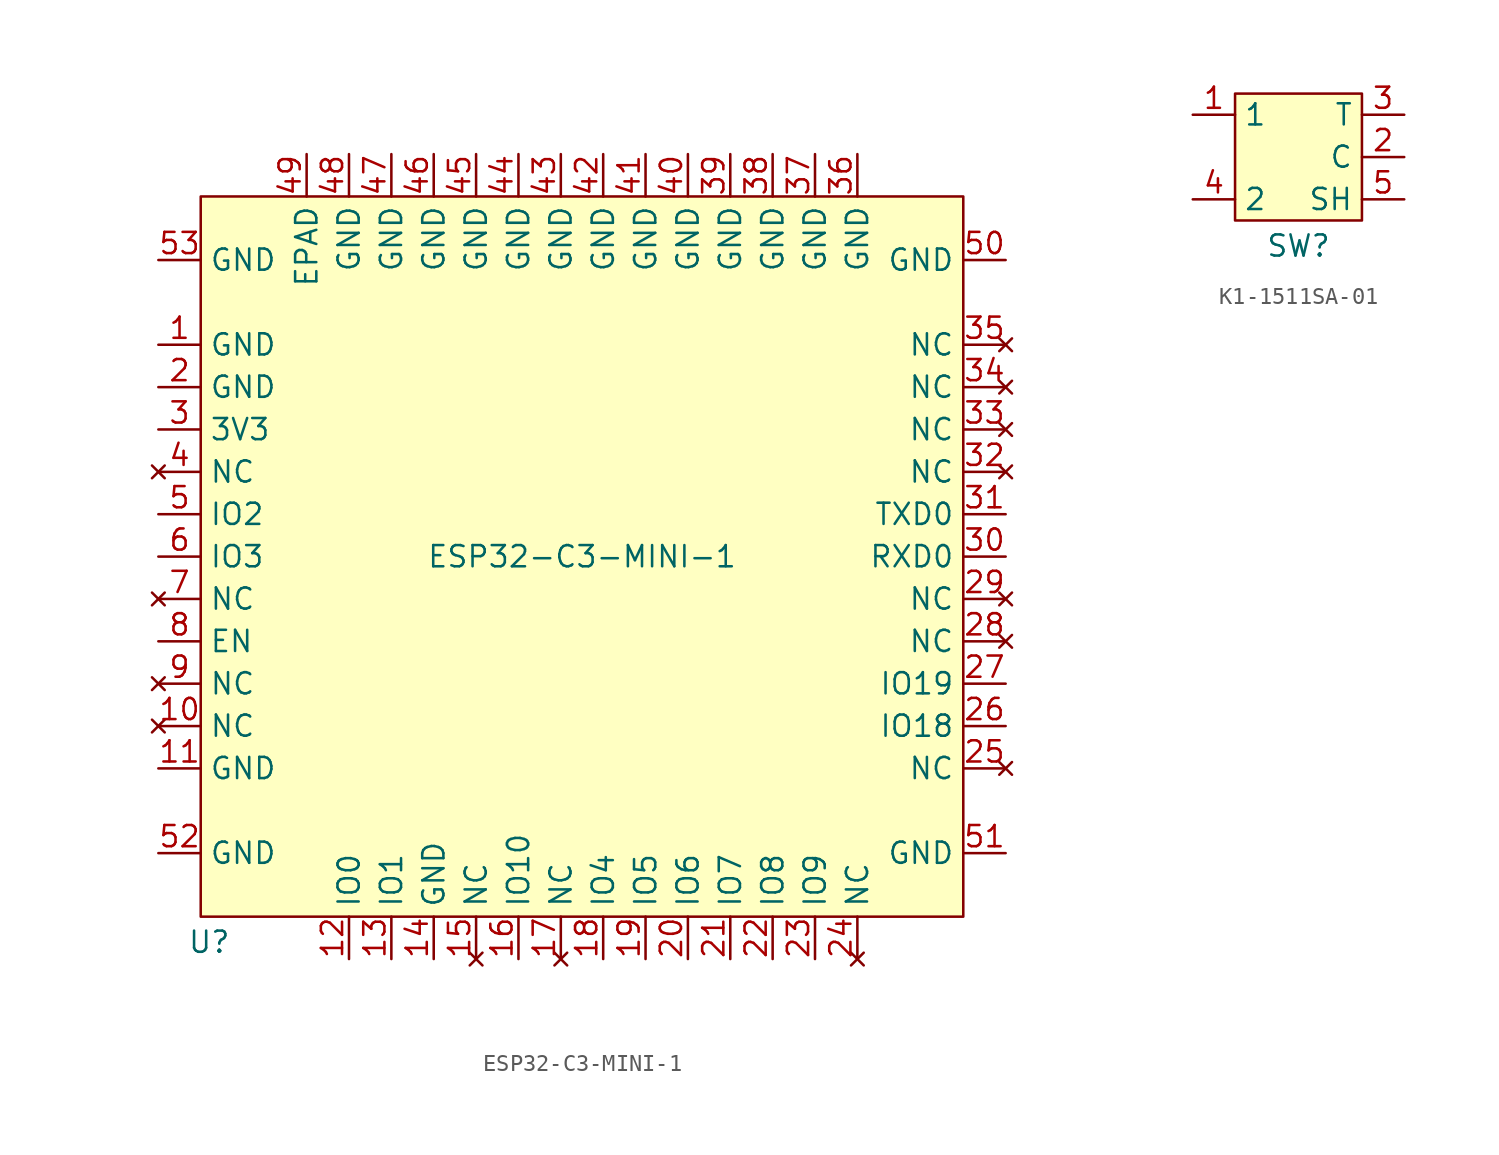
<source format=kicad_sym>
(kicad_symbol_lib
  (version 20241209)
  (generator "kicad_symbol_editor")
  (generator_version "9.0")
  (symbol "ESP32-C3-MINI-1"
    (property "Reference" "U"
      (at -22.352 -23.114 0)
      (effects (font (size 1.27 1.27))))
    (property "Value" "ESP32-C3-MINI-1"
      (at 0 0 0)
      (effects (font (size 1.27 1.27))))
    (symbol "ESP32-C3-MINI-1_1_1"
      (rectangle (start -22.86 21.59) (end 22.86 -21.59) (stroke (width 0) (type solid)) (fill (type background)))
      (pin input line (at -25.4 17.78 0) (length 2.54) (name "GND" (effects (font (size 1.27 1.27)))) (number "53" (effects (font (size 1.27 1.27)))))
      (pin input line (at -25.4 12.7 0) (length 2.54) (name "GND" (effects (font (size 1.27 1.27)))) (number "1" (effects (font (size 1.27 1.27)))))
      (pin input line (at -25.4 10.16 0) (length 2.54) (name "GND" (effects (font (size 1.27 1.27)))) (number "2" (effects (font (size 1.27 1.27)))))
      (pin input line (at -25.4 7.62 0) (length 2.54) (name "3V3" (effects (font (size 1.27 1.27)))) (number "3" (effects (font (size 1.27 1.27)))))
      (pin no_connect line (at -25.4 5.08 0) (length 2.54) (name "NC" (effects (font (size 1.27 1.27)))) (number "4" (effects (font (size 1.27 1.27)))))
      (pin input line (at -25.4 2.54 0) (length 2.54) (name "IO2" (effects (font (size 1.27 1.27)))) (number "5" (effects (font (size 1.27 1.27)))))
      (pin input line (at -25.4 0 0) (length 2.54) (name "IO3" (effects (font (size 1.27 1.27)))) (number "6" (effects (font (size 1.27 1.27)))))
      (pin no_connect line (at -25.4 -2.54 0) (length 2.54) (name "NC" (effects (font (size 1.27 1.27)))) (number "7" (effects (font (size 1.27 1.27)))))
      (pin input line (at -25.4 -5.08 0) (length 2.54) (name "EN" (effects (font (size 1.27 1.27)))) (number "8" (effects (font (size 1.27 1.27)))))
      (pin no_connect line (at -25.4 -7.62 0) (length 2.54) (name "NC" (effects (font (size 1.27 1.27)))) (number "9" (effects (font (size 1.27 1.27)))))
      (pin no_connect line (at -25.4 -10.16 0) (length 2.54) (name "NC" (effects (font (size 1.27 1.27)))) (number "10" (effects (font (size 1.27 1.27)))))
      (pin input line (at -25.4 -12.7 0) (length 2.54) (name "GND" (effects (font (size 1.27 1.27)))) (number "11" (effects (font (size 1.27 1.27)))))
      (pin input line (at -25.4 -17.78 0) (length 2.54) (name "GND" (effects (font (size 1.27 1.27)))) (number "52" (effects (font (size 1.27 1.27)))))
      (pin input line (at -16.51 24.13 270) (length 2.54) (name "EPAD" (effects (font (size 1.27 1.27)))) (number "49" (effects (font (size 1.27 1.27)))))
      (pin input line (at -13.97 24.13 270) (length 2.54) (name "GND" (effects (font (size 1.27 1.27)))) (number "48" (effects (font (size 1.27 1.27)))))
      (pin input line (at -13.97 -24.13 90) (length 2.54) (name "IO0" (effects (font (size 1.27 1.27)))) (number "12" (effects (font (size 1.27 1.27)))))
      (pin input line (at -11.43 24.13 270) (length 2.54) (name "GND" (effects (font (size 1.27 1.27)))) (number "47" (effects (font (size 1.27 1.27)))))
      (pin input line (at -11.43 -24.13 90) (length 2.54) (name "IO1" (effects (font (size 1.27 1.27)))) (number "13" (effects (font (size 1.27 1.27)))))
      (pin input line (at -8.89 24.13 270) (length 2.54) (name "GND" (effects (font (size 1.27 1.27)))) (number "46" (effects (font (size 1.27 1.27)))))
      (pin input line (at -8.89 -24.13 90) (length 2.54) (name "GND" (effects (font (size 1.27 1.27)))) (number "14" (effects (font (size 1.27 1.27)))))
      (pin input line (at -6.35 24.13 270) (length 2.54) (name "GND" (effects (font (size 1.27 1.27)))) (number "45" (effects (font (size 1.27 1.27)))))
      (pin no_connect line (at -6.35 -24.13 90) (length 2.54) (name "NC" (effects (font (size 1.27 1.27)))) (number "15" (effects (font (size 1.27 1.27)))))
      (pin input line (at -3.81 24.13 270) (length 2.54) (name "GND" (effects (font (size 1.27 1.27)))) (number "44" (effects (font (size 1.27 1.27)))))
      (pin input line (at -3.81 -24.13 90) (length 2.54) (name "IO10" (effects (font (size 1.27 1.27)))) (number "16" (effects (font (size 1.27 1.27)))))
      (pin input line (at -1.27 24.13 270) (length 2.54) (name "GND" (effects (font (size 1.27 1.27)))) (number "43" (effects (font (size 1.27 1.27)))))
      (pin no_connect line (at -1.27 -24.13 90) (length 2.54) (name "NC" (effects (font (size 1.27 1.27)))) (number "17" (effects (font (size 1.27 1.27)))))
      (pin input line (at 1.27 24.13 270) (length 2.54) (name "GND" (effects (font (size 1.27 1.27)))) (number "42" (effects (font (size 1.27 1.27)))))
      (pin input line (at 1.27 -24.13 90) (length 2.54) (name "IO4" (effects (font (size 1.27 1.27)))) (number "18" (effects (font (size 1.27 1.27)))))
      (pin input line (at 3.81 24.13 270) (length 2.54) (name "GND" (effects (font (size 1.27 1.27)))) (number "41" (effects (font (size 1.27 1.27)))))
      (pin input line (at 3.81 -24.13 90) (length 2.54) (name "IO5" (effects (font (size 1.27 1.27)))) (number "19" (effects (font (size 1.27 1.27)))))
      (pin input line (at 6.35 24.13 270) (length 2.54) (name "GND" (effects (font (size 1.27 1.27)))) (number "40" (effects (font (size 1.27 1.27)))))
      (pin input line (at 6.35 -24.13 90) (length 2.54) (name "IO6" (effects (font (size 1.27 1.27)))) (number "20" (effects (font (size 1.27 1.27)))))
      (pin input line (at 8.89 24.13 270) (length 2.54) (name "GND" (effects (font (size 1.27 1.27)))) (number "39" (effects (font (size 1.27 1.27)))))
      (pin input line (at 8.89 -24.13 90) (length 2.54) (name "IO7" (effects (font (size 1.27 1.27)))) (number "21" (effects (font (size 1.27 1.27)))))
      (pin input line (at 11.43 24.13 270) (length 2.54) (name "GND" (effects (font (size 1.27 1.27)))) (number "38" (effects (font (size 1.27 1.27)))))
      (pin input line (at 11.43 -24.13 90) (length 2.54) (name "IO8" (effects (font (size 1.27 1.27)))) (number "22" (effects (font (size 1.27 1.27)))))
      (pin input line (at 13.97 24.13 270) (length 2.54) (name "GND" (effects (font (size 1.27 1.27)))) (number "37" (effects (font (size 1.27 1.27)))))
      (pin input line (at 13.97 -24.13 90) (length 2.54) (name "IO9" (effects (font (size 1.27 1.27)))) (number "23" (effects (font (size 1.27 1.27)))))
      (pin input line (at 16.51 24.13 270) (length 2.54) (name "GND" (effects (font (size 1.27 1.27)))) (number "36" (effects (font (size 1.27 1.27)))))
      (pin no_connect line (at 16.51 -24.13 90) (length 2.54) (name "NC" (effects (font (size 1.27 1.27)))) (number "24" (effects (font (size 1.27 1.27)))))
      (pin input line (at 25.4 17.78 180) (length 2.54) (name "GND" (effects (font (size 1.27 1.27)))) (number "50" (effects (font (size 1.27 1.27)))))
      (pin no_connect line (at 25.4 12.7 180) (length 2.54) (name "NC" (effects (font (size 1.27 1.27)))) (number "35" (effects (font (size 1.27 1.27)))))
      (pin no_connect line (at 25.4 10.16 180) (length 2.54) (name "NC" (effects (font (size 1.27 1.27)))) (number "34" (effects (font (size 1.27 1.27)))))
      (pin no_connect line (at 25.4 7.62 180) (length 2.54) (name "NC" (effects (font (size 1.27 1.27)))) (number "33" (effects (font (size 1.27 1.27)))))
      (pin no_connect line (at 25.4 5.08 180) (length 2.54) (name "NC" (effects (font (size 1.27 1.27)))) (number "32" (effects (font (size 1.27 1.27)))))
      (pin input line (at 25.4 2.54 180) (length 2.54) (name "TXD0" (effects (font (size 1.27 1.27)))) (number "31" (effects (font (size 1.27 1.27)))))
      (pin input line (at 25.4 0 180) (length 2.54) (name "RXD0" (effects (font (size 1.27 1.27)))) (number "30" (effects (font (size 1.27 1.27)))))
      (pin no_connect line (at 25.4 -2.54 180) (length 2.54) (name "NC" (effects (font (size 1.27 1.27)))) (number "29" (effects (font (size 1.27 1.27)))))
      (pin no_connect line (at 25.4 -5.08 180) (length 2.54) (name "NC" (effects (font (size 1.27 1.27)))) (number "28" (effects (font (size 1.27 1.27)))))
      (pin input line (at 25.4 -7.62 180) (length 2.54) (name "IO19" (effects (font (size 1.27 1.27)))) (number "27" (effects (font (size 1.27 1.27)))))
      (pin input line (at 25.4 -10.16 180) (length 2.54) (name "IO18" (effects (font (size 1.27 1.27)))) (number "26" (effects (font (size 1.27 1.27)))))
      (pin no_connect line (at 25.4 -12.7 180) (length 2.54) (name "NC" (effects (font (size 1.27 1.27)))) (number "25" (effects (font (size 1.27 1.27)))))
      (pin input line (at 25.4 -17.78 180) (length 2.54) (name "GND" (effects (font (size 1.27 1.27)))) (number "51" (effects (font (size 1.27 1.27)))))))
  (symbol "K1-1511SA-01"
    (property "Reference" "SW"
      (at 0 -6.604 0)
      (effects (font (size 1.27 1.27))))
    (property "Value" ""
      (at 0 0 0)
      (effects (font (size 1.27 1.27))))
    (symbol "K1-1511SA-01_1_1"
      (rectangle (start -3.81 2.54) (end 3.81 -5.08) (stroke (width 0) (type solid)) (fill (type background)))
      (pin input line (at -6.35 1.27 0) (length 2.54) (name "1" (effects (font (size 1.27 1.27)))) (number "1" (effects (font (size 1.27 1.27)))))
      (pin input line (at -6.35 -3.81 0) (length 2.54) (name "2" (effects (font (size 1.27 1.27)))) (number "4" (effects (font (size 1.27 1.27)))))
      (pin input line (at 6.35 1.27 180) (length 2.54) (name "T" (effects (font (size 1.27 1.27)))) (number "3" (effects (font (size 1.27 1.27)))))
      (pin input line (at 6.35 -1.27 180) (length 2.54) (name "C" (effects (font (size 1.27 1.27)))) (number "2" (effects (font (size 1.27 1.27)))))
      (pin input line (at 6.35 -3.81 180) (length 2.54) (name "SH" (effects (font (size 1.27 1.27)))) (number "5" (effects (font (size 1.27 1.27))))))))
</source>
